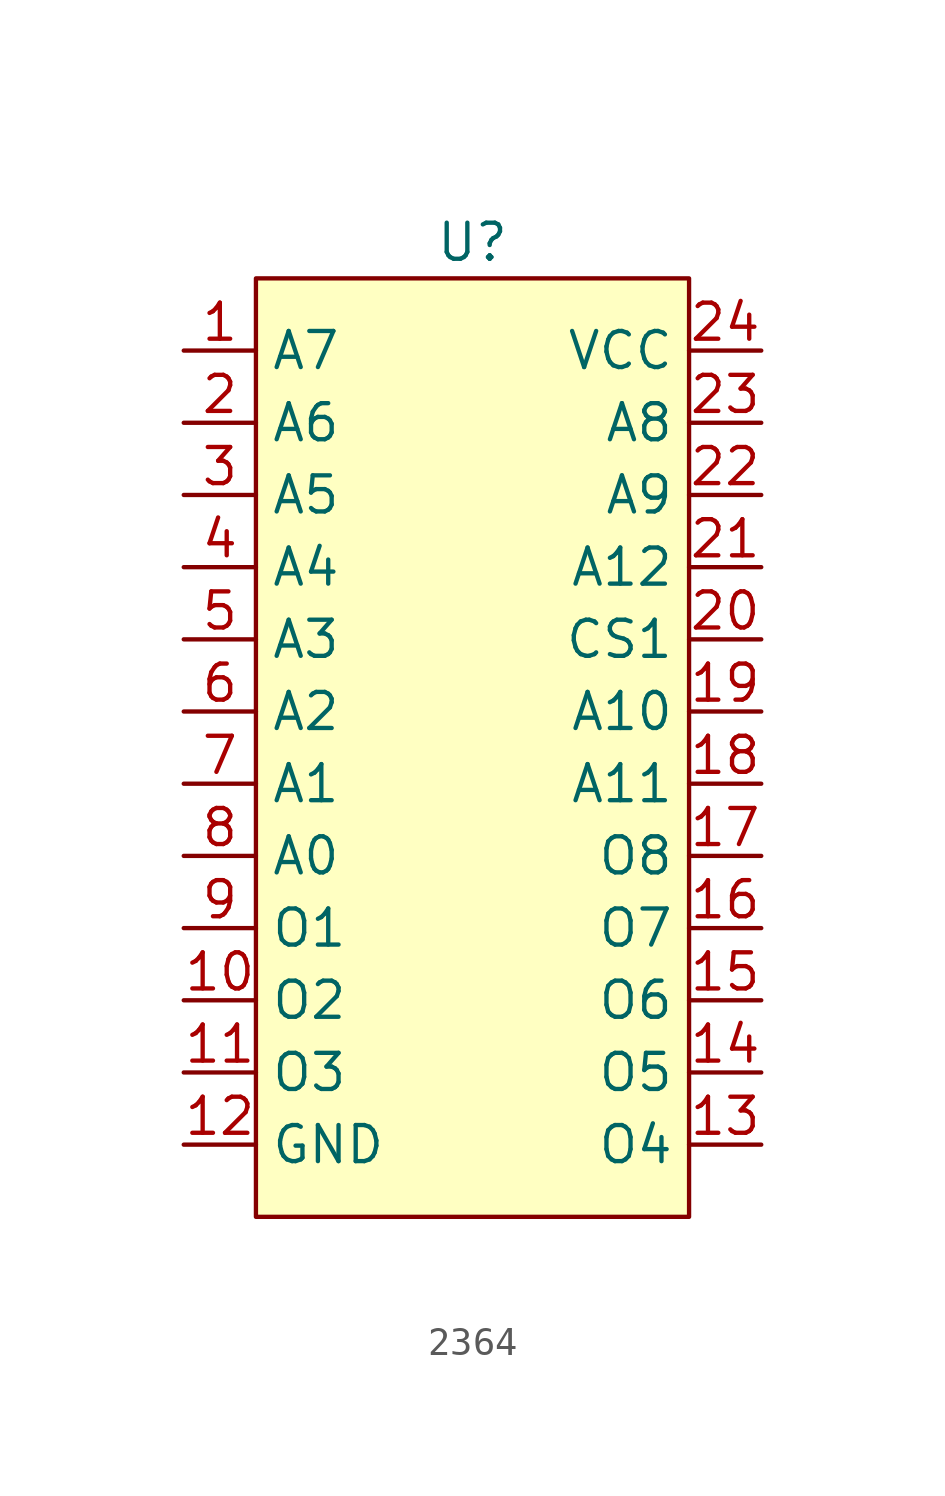
<source format=kicad_sym>
(kicad_symbol_lib
  (version 20220914)
  (generator kicad_symbol_editor)
  (symbol "2364"
    (property "Reference" "U"
      (at 0 17.78 0)
      (effects (font (size 1.27 1.27))))
    (property "Value" ""
      (at 1.27 -3.81 0)
      (effects (font (size 1.27 1.27))))
    (symbol "2364_1_1"
      (rectangle (start -7.62 16.51) (end 7.62 -16.51) (stroke (width 0) (type default)) (fill (type background)))
      (pin input line (at -10.16 13.97 0) (length 2.54) (name "A7" (effects (font (size 1.27 1.27)))) (number "1" (effects (font (size 1.27 1.27)))))
      (pin output line (at -10.16 -8.89 0) (length 2.54) (name "O2" (effects (font (size 1.27 1.27)))) (number "10" (effects (font (size 1.27 1.27)))))
      (pin output line (at -10.16 -11.43 0) (length 2.54) (name "O3" (effects (font (size 1.27 1.27)))) (number "11" (effects (font (size 1.27 1.27)))))
      (pin power_in line (at -10.16 -13.97 0) (length 2.54) (name "GND" (effects (font (size 1.27 1.27)))) (number "12" (effects (font (size 1.27 1.27)))))
      (pin output line (at 10.16 -13.97 180) (length 2.54) (name "O4" (effects (font (size 1.27 1.27)))) (number "13" (effects (font (size 1.27 1.27)))))
      (pin output line (at 10.16 -11.43 180) (length 2.54) (name "O5" (effects (font (size 1.27 1.27)))) (number "14" (effects (font (size 1.27 1.27)))))
      (pin output line (at 10.16 -8.89 180) (length 2.54) (name "O6" (effects (font (size 1.27 1.27)))) (number "15" (effects (font (size 1.27 1.27)))))
      (pin output line (at 10.16 -6.35 180) (length 2.54) (name "O7" (effects (font (size 1.27 1.27)))) (number "16" (effects (font (size 1.27 1.27)))))
      (pin output line (at 10.16 -3.81 180) (length 2.54) (name "O8" (effects (font (size 1.27 1.27)))) (number "17" (effects (font (size 1.27 1.27)))))
      (pin input line (at 10.16 -1.27 180) (length 2.54) (name "A11" (effects (font (size 1.27 1.27)))) (number "18" (effects (font (size 1.27 1.27)))))
      (pin input line (at 10.16 1.27 180) (length 2.54) (name "A10" (effects (font (size 1.27 1.27)))) (number "19" (effects (font (size 1.27 1.27)))))
      (pin input line (at -10.16 11.43 0) (length 2.54) (name "A6" (effects (font (size 1.27 1.27)))) (number "2" (effects (font (size 1.27 1.27)))))
      (pin input line (at 10.16 3.81 180) (length 2.54) (name "CS1" (effects (font (size 1.27 1.27)))) (number "20" (effects (font (size 1.27 1.27)))))
      (pin input line (at 10.16 6.35 180) (length 2.54) (name "A12" (effects (font (size 1.27 1.27)))) (number "21" (effects (font (size 1.27 1.27)))))
      (pin input line (at 10.16 8.89 180) (length 2.54) (name "A9" (effects (font (size 1.27 1.27)))) (number "22" (effects (font (size 1.27 1.27)))))
      (pin input line (at 10.16 11.43 180) (length 2.54) (name "A8" (effects (font (size 1.27 1.27)))) (number "23" (effects (font (size 1.27 1.27)))))
      (pin power_in line (at 10.16 13.97 180) (length 2.54) (name "VCC" (effects (font (size 1.27 1.27)))) (number "24" (effects (font (size 1.27 1.27)))))
      (pin input line (at -10.16 8.89 0) (length 2.54) (name "A5" (effects (font (size 1.27 1.27)))) (number "3" (effects (font (size 1.27 1.27)))))
      (pin input line (at -10.16 6.35 0) (length 2.54) (name "A4" (effects (font (size 1.27 1.27)))) (number "4" (effects (font (size 1.27 1.27)))))
      (pin input line (at -10.16 3.81 0) (length 2.54) (name "A3" (effects (font (size 1.27 1.27)))) (number "5" (effects (font (size 1.27 1.27)))))
      (pin input line (at -10.16 1.27 0) (length 2.54) (name "A2" (effects (font (size 1.27 1.27)))) (number "6" (effects (font (size 1.27 1.27)))))
      (pin input line (at -10.16 -1.27 0) (length 2.54) (name "A1" (effects (font (size 1.27 1.27)))) (number "7" (effects (font (size 1.27 1.27)))))
      (pin input line (at -10.16 -3.81 0) (length 2.54) (name "A0" (effects (font (size 1.27 1.27)))) (number "8" (effects (font (size 1.27 1.27)))))
      (pin output line (at -10.16 -6.35 0) (length 2.54) (name "O1" (effects (font (size 1.27 1.27)))) (number "9" (effects (font (size 1.27 1.27))))))))
</source>
